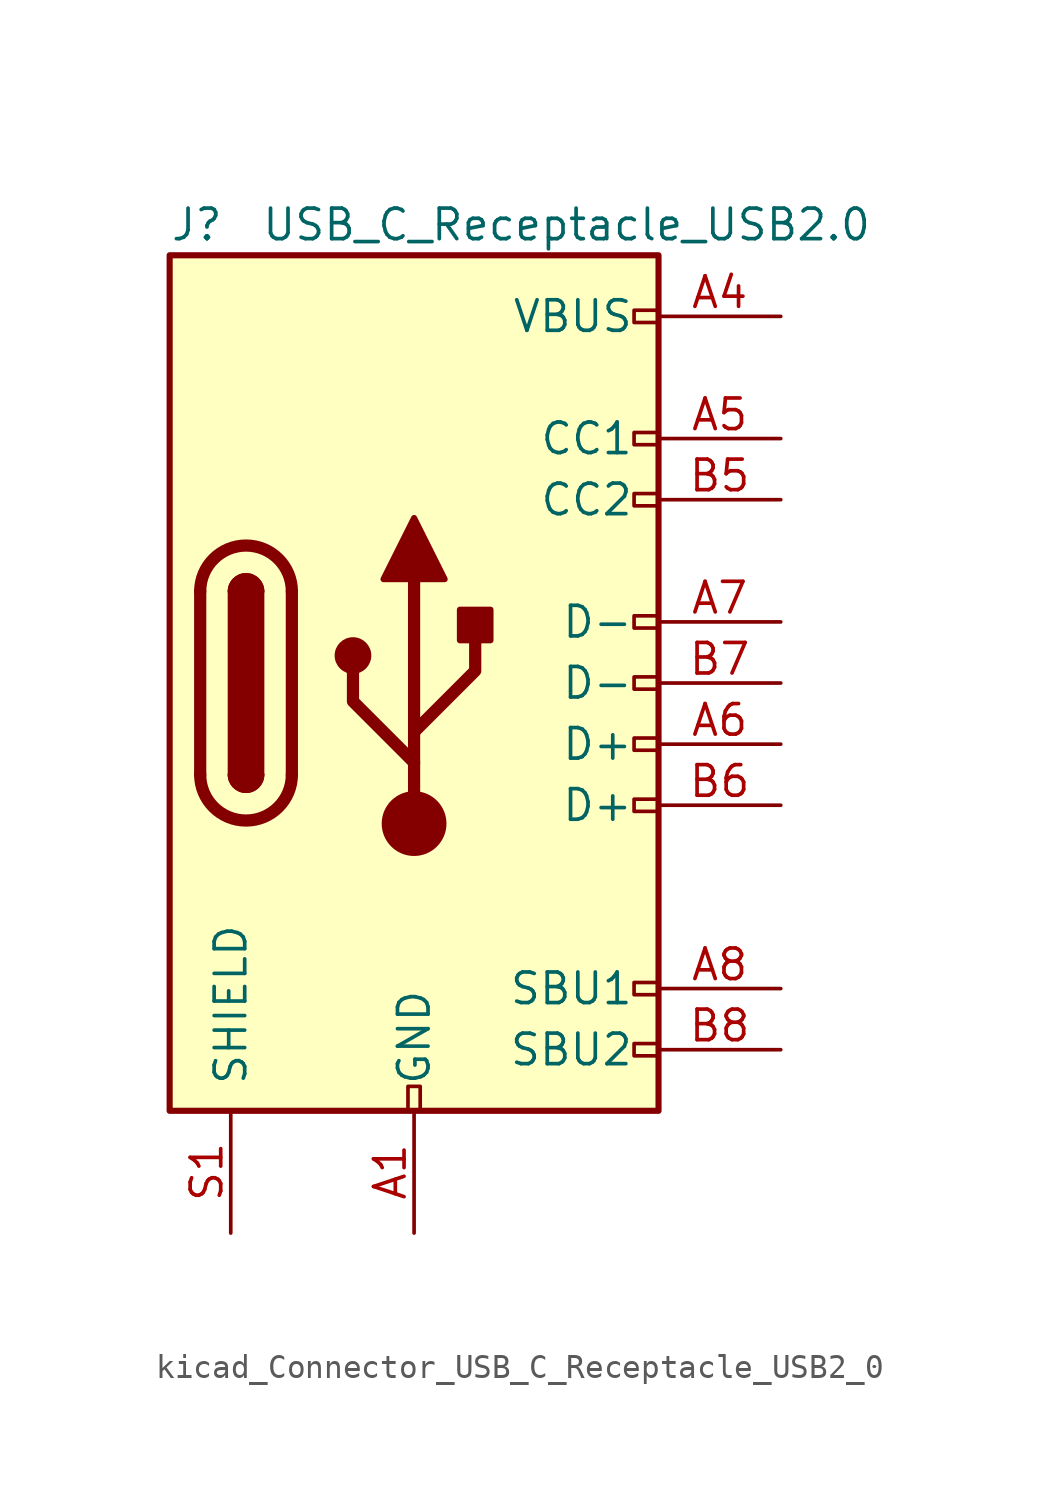
<source format=kicad_sym>
(kicad_symbol_lib
  (version 20220914)
  (generator kicad_symbol_editor)
  (symbol "kicad_Connector_USB_C_Receptacle_USB2_0"
    (pin_names
      (offset 1.016))
    (property "Reference" "J"
      (at -10.16 19.05 0)
      (effects (font (size 1.27 1.27)) (justify left)))
    (property "Value" "USB_C_Receptacle_USB2.0"
      (at 19.05 19.05 0)
      (effects (font (size 1.27 1.27)) (justify right)))
    (symbol "kicad_Connector_USB_C_Receptacle_USB2_0_0_0"
      (rectangle (start -0.254 -17.78) (end 0.254 -16.764) (stroke (width 0) (type default)) (fill (type none)))
      (rectangle (start 10.16 -14.986) (end 9.144 -15.494) (stroke (width 0) (type default)) (fill (type none)))
      (rectangle (start 10.16 -12.446) (end 9.144 -12.954) (stroke (width 0) (type default)) (fill (type none)))
      (rectangle (start 10.16 -4.826) (end 9.144 -5.334) (stroke (width 0) (type default)) (fill (type none)))
      (rectangle (start 10.16 -2.286) (end 9.144 -2.794) (stroke (width 0) (type default)) (fill (type none)))
      (rectangle (start 10.16 0.254) (end 9.144 -0.254) (stroke (width 0) (type default)) (fill (type none)))
      (rectangle (start 10.16 2.794) (end 9.144 2.286) (stroke (width 0) (type default)) (fill (type none)))
      (rectangle (start 10.16 7.874) (end 9.144 7.366) (stroke (width 0) (type default)) (fill (type none)))
      (rectangle (start 10.16 10.414) (end 9.144 9.906) (stroke (width 0) (type default)) (fill (type none)))
      (rectangle (start 10.16 15.494) (end 9.144 14.986) (stroke (width 0) (type default)) (fill (type none))))
    (symbol "kicad_Connector_USB_C_Receptacle_USB2_0_0_1"
      (rectangle (start -10.16 17.78) (end 10.16 -17.78) (stroke (width 0.254) (type default)) (fill (type background)))
      (arc (start -8.89 -3.81) (mid -6.985 -5.7067) (end -5.08 -3.81) (stroke (width 0.508) (type default)) (fill (type none)))
      (arc (start -7.62 -3.81) (mid -6.985 -4.4423) (end -6.35 -3.81) (stroke (width 0.254) (type default)) (fill (type none)))
      (arc (start -7.62 -3.81) (mid -6.985 -4.4423) (end -6.35 -3.81) (stroke (width 0.254) (type default)) (fill (type outline)))
      (rectangle (start -7.62 -3.81) (end -6.35 3.81) (stroke (width 0.254) (type default)) (fill (type outline)))
      (arc (start -6.35 3.81) (mid -6.985 4.4423) (end -7.62 3.81) (stroke (width 0.254) (type default)) (fill (type none)))
      (arc (start -6.35 3.81) (mid -6.985 4.4423) (end -7.62 3.81) (stroke (width 0.254) (type default)) (fill (type outline)))
      (arc (start -5.08 3.81) (mid -6.985 5.7067) (end -8.89 3.81) (stroke (width 0.508) (type default)) (fill (type none)))
      (circle (center -2.54 1.143) (radius 0.635) (stroke (width 0.254) (type default)) (fill (type outline)))
      (circle (center 0 -5.842) (radius 1.27) (stroke (width 0) (type default)) (fill (type outline)))
      (polyline (pts (xy -8.89 -3.81) (xy -8.89 3.81)) (stroke (width 0.508) (type default)) (fill (type none)))
      (polyline (pts (xy -5.08 3.81) (xy -5.08 -3.81)) (stroke (width 0.508) (type default)) (fill (type none)))
      (polyline (pts (xy 0 -5.842) (xy 0 4.318)) (stroke (width 0.508) (type default)) (fill (type none)))
      (polyline (pts (xy 0 -3.302) (xy -2.54 -0.762) (xy -2.54 0.508)) (stroke (width 0.508) (type default)) (fill (type none)))
      (polyline (pts (xy 0 -2.032) (xy 2.54 0.508) (xy 2.54 1.778)) (stroke (width 0.508) (type default)) (fill (type none)))
      (polyline (pts (xy -1.27 4.318) (xy 0 6.858) (xy 1.27 4.318) (xy -1.27 4.318)) (stroke (width 0.254) (type default)) (fill (type outline)))
      (rectangle (start 1.905 1.778) (end 3.175 3.048) (stroke (width 0.254) (type default)) (fill (type outline))))
    (symbol "kicad_Connector_USB_C_Receptacle_USB2_0_1_1"
      (pin passive line (at 0 -22.86 90) (length 5.08) (name "GND" (effects (font (size 1.27 1.27)))) (number "A1" (effects (font (size 1.27 1.27)))))
      (pin passive line (at 0 -22.86 90) (length 5.08) hide (name "GND" (effects (font (size 1.27 1.27)))) (number "A12" (effects (font (size 1.27 1.27)))))
      (pin passive line (at 15.24 15.24 180) (length 5.08) (name "VBUS" (effects (font (size 1.27 1.27)))) (number "A4" (effects (font (size 1.27 1.27)))))
      (pin bidirectional line (at 15.24 10.16 180) (length 5.08) (name "CC1" (effects (font (size 1.27 1.27)))) (number "A5" (effects (font (size 1.27 1.27)))))
      (pin bidirectional line (at 15.24 -2.54 180) (length 5.08) (name "D+" (effects (font (size 1.27 1.27)))) (number "A6" (effects (font (size 1.27 1.27)))))
      (pin bidirectional line (at 15.24 2.54 180) (length 5.08) (name "D-" (effects (font (size 1.27 1.27)))) (number "A7" (effects (font (size 1.27 1.27)))))
      (pin bidirectional line (at 15.24 -12.7 180) (length 5.08) (name "SBU1" (effects (font (size 1.27 1.27)))) (number "A8" (effects (font (size 1.27 1.27)))))
      (pin passive line (at 15.24 15.24 180) (length 5.08) hide (name "VBUS" (effects (font (size 1.27 1.27)))) (number "A9" (effects (font (size 1.27 1.27)))))
      (pin passive line (at 0 -22.86 90) (length 5.08) hide (name "GND" (effects (font (size 1.27 1.27)))) (number "B1" (effects (font (size 1.27 1.27)))))
      (pin passive line (at 0 -22.86 90) (length 5.08) hide (name "GND" (effects (font (size 1.27 1.27)))) (number "B12" (effects (font (size 1.27 1.27)))))
      (pin passive line (at 15.24 15.24 180) (length 5.08) hide (name "VBUS" (effects (font (size 1.27 1.27)))) (number "B4" (effects (font (size 1.27 1.27)))))
      (pin bidirectional line (at 15.24 7.62 180) (length 5.08) (name "CC2" (effects (font (size 1.27 1.27)))) (number "B5" (effects (font (size 1.27 1.27)))))
      (pin bidirectional line (at 15.24 -5.08 180) (length 5.08) (name "D+" (effects (font (size 1.27 1.27)))) (number "B6" (effects (font (size 1.27 1.27)))))
      (pin bidirectional line (at 15.24 0 180) (length 5.08) (name "D-" (effects (font (size 1.27 1.27)))) (number "B7" (effects (font (size 1.27 1.27)))))
      (pin bidirectional line (at 15.24 -15.24 180) (length 5.08) (name "SBU2" (effects (font (size 1.27 1.27)))) (number "B8" (effects (font (size 1.27 1.27)))))
      (pin passive line (at 15.24 15.24 180) (length 5.08) hide (name "VBUS" (effects (font (size 1.27 1.27)))) (number "B9" (effects (font (size 1.27 1.27)))))
      (pin passive line (at -7.62 -22.86 90) (length 5.08) (name "SHIELD" (effects (font (size 1.27 1.27)))) (number "S1" (effects (font (size 1.27 1.27))))))))
</source>
